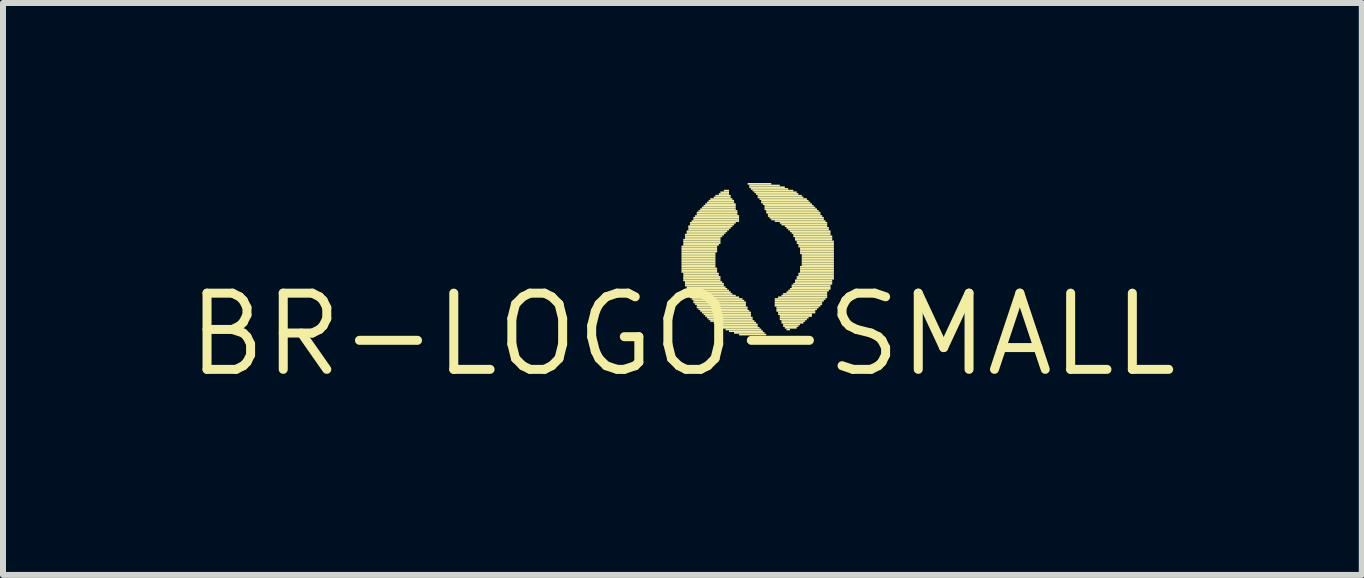
<source format=kicad_pcb>
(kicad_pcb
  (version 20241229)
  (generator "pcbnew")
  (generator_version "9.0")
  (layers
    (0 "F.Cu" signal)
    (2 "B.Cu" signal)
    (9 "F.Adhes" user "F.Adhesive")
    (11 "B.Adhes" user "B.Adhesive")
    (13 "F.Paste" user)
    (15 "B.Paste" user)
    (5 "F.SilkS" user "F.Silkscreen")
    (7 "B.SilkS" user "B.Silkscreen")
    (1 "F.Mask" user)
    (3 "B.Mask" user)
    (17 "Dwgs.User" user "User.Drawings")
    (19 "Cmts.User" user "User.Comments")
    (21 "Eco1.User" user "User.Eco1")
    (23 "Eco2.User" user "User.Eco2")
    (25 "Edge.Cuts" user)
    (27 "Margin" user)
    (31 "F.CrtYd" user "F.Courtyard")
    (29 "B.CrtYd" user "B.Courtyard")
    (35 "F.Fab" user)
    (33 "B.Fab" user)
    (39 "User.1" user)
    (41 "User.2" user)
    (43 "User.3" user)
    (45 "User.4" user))
  (footprint "BR-LOGO-SMALL"
    (layer "F.Cu")
    (at 8.323 2.526)
    (property "Reference" "BR-LOGO-SMALL" (at 0 0 0) (layer "F.SilkS") (effects (font (size 1.27 1.27) (thickness 0.15))))
    (attr through_hole)
    (fp_poly (pts (xy -0.015 -1.453) (xy 0.579 -1.453) (xy 0.579 -1.482) (xy -0.015 -1.482)) (stroke (width 0) (type solid)) (fill yes) (layer "F.SilkS"))
    (fp_poly (pts (xy -0.015 -1.425) (xy 0.579 -1.425) (xy 0.579 -1.453) (xy -0.015 -1.453)) (stroke (width 0) (type solid)) (fill yes) (layer "F.SilkS"))
    (fp_poly (pts (xy -0.015 -1.397) (xy 0.579 -1.397) (xy 0.579 -1.425) (xy -0.015 -1.425)) (stroke (width 0) (type solid)) (fill yes) (layer "F.SilkS"))
    (fp_poly (pts (xy -0.015 -1.369) (xy 0.579 -1.369) (xy 0.579 -1.397) (xy -0.015 -1.397)) (stroke (width 0) (type solid)) (fill yes) (layer "F.SilkS"))
    (fp_poly (pts (xy -0.015 -1.341) (xy 0.551 -1.341) (xy 0.551 -1.369) (xy -0.015 -1.369)) (stroke (width 0) (type solid)) (fill yes) (layer "F.SilkS"))
    (fp_poly (pts (xy -0.015 -1.312) (xy 0.551 -1.312) (xy 0.551 -1.341) (xy -0.015 -1.341)) (stroke (width 0) (type solid)) (fill yes) (layer "F.SilkS"))
    (fp_poly (pts (xy -0.015 -1.284) (xy 0.551 -1.284) (xy 0.551 -1.312) (xy -0.015 -1.312)) (stroke (width 0) (type solid)) (fill yes) (layer "F.SilkS"))
    (fp_poly (pts (xy -0.015 -1.256) (xy 0.551 -1.256) (xy 0.551 -1.284) (xy -0.015 -1.284)) (stroke (width 0) (type solid)) (fill yes) (layer "F.SilkS"))
    (fp_poly (pts (xy -0.015 -1.228) (xy 0.551 -1.228) (xy 0.551 -1.256) (xy -0.015 -1.256)) (stroke (width 0) (type solid)) (fill yes) (layer "F.SilkS"))
    (fp_poly (pts (xy -0.015 -1.199) (xy 0.551 -1.199) (xy 0.551 -1.228) (xy -0.015 -1.228)) (stroke (width 0) (type solid)) (fill yes) (layer "F.SilkS"))
    (fp_poly (pts (xy -0.015 -1.171) (xy 0.551 -1.171) (xy 0.551 -1.199) (xy -0.015 -1.199)) (stroke (width 0) (type solid)) (fill yes) (layer "F.SilkS"))
    (fp_poly (pts (xy -0.015 -1.143) (xy 0.551 -1.143) (xy 0.551 -1.171) (xy -0.015 -1.171)) (stroke (width 0) (type solid)) (fill yes) (layer "F.SilkS"))
    (fp_poly (pts (xy -0.015 -1.115) (xy 0.551 -1.115) (xy 0.551 -1.143) (xy -0.015 -1.143)) (stroke (width 0) (type solid)) (fill yes) (layer "F.SilkS"))
    (fp_poly (pts (xy -0.015 -1.087) (xy 0.579 -1.087) (xy 0.579 -1.115) (xy -0.015 -1.115)) (stroke (width 0) (type solid)) (fill yes) (layer "F.SilkS"))
    (fp_poly (pts (xy -0.015 -1.058) (xy 0.579 -1.058) (xy 0.579 -1.087) (xy -0.015 -1.087)) (stroke (width 0) (type solid)) (fill yes) (layer "F.SilkS"))
    (fp_poly (pts (xy -0.015 -1.03) (xy 0.579 -1.03) (xy 0.579 -1.058) (xy -0.015 -1.058)) (stroke (width 0) (type solid)) (fill yes) (layer "F.SilkS"))
    (fp_poly (pts (xy 0.015 -1.566) (xy 0.635 -1.566) (xy 0.635 -1.595) (xy 0.015 -1.595)) (stroke (width 0) (type solid)) (fill yes) (layer "F.SilkS"))
    (fp_poly (pts (xy 0.015 -1.538) (xy 0.635 -1.538) (xy 0.635 -1.566) (xy 0.015 -1.566)) (stroke (width 0) (type solid)) (fill yes) (layer "F.SilkS"))
    (fp_poly (pts (xy 0.015 -1.51) (xy 0.635 -1.51) (xy 0.635 -1.538) (xy 0.015 -1.538)) (stroke (width 0) (type solid)) (fill yes) (layer "F.SilkS"))
    (fp_poly (pts (xy 0.015 -1.482) (xy 0.607 -1.482) (xy 0.607 -1.51) (xy 0.015 -1.51)) (stroke (width 0) (type solid)) (fill yes) (layer "F.SilkS"))
    (fp_poly (pts (xy 0.015 -1.002) (xy 0.607 -1.002) (xy 0.607 -1.03) (xy 0.015 -1.03)) (stroke (width 0) (type solid)) (fill yes) (layer "F.SilkS"))
    (fp_poly (pts (xy 0.015 -0.974) (xy 0.607 -0.974) (xy 0.607 -1.002) (xy 0.015 -1.002)) (stroke (width 0) (type solid)) (fill yes) (layer "F.SilkS"))
    (fp_poly (pts (xy 0.015 -0.945) (xy 0.635 -0.945) (xy 0.635 -0.974) (xy 0.015 -0.974)) (stroke (width 0) (type solid)) (fill yes) (layer "F.SilkS"))
    (fp_poly (pts (xy 0.015 -0.917) (xy 0.635 -0.917) (xy 0.635 -0.945) (xy 0.015 -0.945)) (stroke (width 0) (type solid)) (fill yes) (layer "F.SilkS"))
    (fp_poly (pts (xy 0.015 -0.889) (xy 0.635 -0.889) (xy 0.635 -0.917) (xy 0.015 -0.917)) (stroke (width 0) (type solid)) (fill yes) (layer "F.SilkS"))
    (fp_poly (pts (xy 0.043 -1.651) (xy 0.691 -1.651) (xy 0.691 -1.679) (xy 0.043 -1.679)) (stroke (width 0) (type solid)) (fill yes) (layer "F.SilkS"))
    (fp_poly (pts (xy 0.043 -1.623) (xy 0.663 -1.623) (xy 0.663 -1.651) (xy 0.043 -1.651)) (stroke (width 0) (type solid)) (fill yes) (layer "F.SilkS"))
    (fp_poly (pts (xy 0.043 -1.595) (xy 0.635 -1.595) (xy 0.635 -1.623) (xy 0.043 -1.623)) (stroke (width 0) (type solid)) (fill yes) (layer "F.SilkS"))
    (fp_poly (pts (xy 0.043 -0.861) (xy 0.663 -0.861) (xy 0.663 -0.889) (xy 0.043 -0.889)) (stroke (width 0) (type solid)) (fill yes) (layer "F.SilkS"))
    (fp_poly (pts (xy 0.043 -0.833) (xy 0.691 -0.833) (xy 0.691 -0.861) (xy 0.043 -0.861)) (stroke (width 0) (type solid)) (fill yes) (layer "F.SilkS"))
    (fp_poly (pts (xy 0.043 -0.804) (xy 0.691 -0.804) (xy 0.691 -0.833) (xy 0.043 -0.833)) (stroke (width 0) (type solid)) (fill yes) (layer "F.SilkS"))
    (fp_poly (pts (xy 0.071 -1.707) (xy 0.747 -1.707) (xy 0.747 -1.736) (xy 0.071 -1.736)) (stroke (width 0) (type solid)) (fill yes) (layer "F.SilkS"))
    (fp_poly (pts (xy 0.071 -1.679) (xy 0.719 -1.679) (xy 0.719 -1.707) (xy 0.071 -1.707)) (stroke (width 0) (type solid)) (fill yes) (layer "F.SilkS"))
    (fp_poly (pts (xy 0.071 -0.776) (xy 0.719 -0.776) (xy 0.719 -0.804) (xy 0.071 -0.804)) (stroke (width 0) (type solid)) (fill yes) (layer "F.SilkS"))
    (fp_poly (pts (xy 0.071 -0.748) (xy 0.747 -0.748) (xy 0.747 -0.776) (xy 0.071 -0.776)) (stroke (width 0) (type solid)) (fill yes) (layer "F.SilkS"))
    (fp_poly (pts (xy 0.099 -1.792) (xy 0.833 -1.792) (xy 0.833 -1.82) (xy 0.099 -1.82)) (stroke (width 0) (type solid)) (fill yes) (layer "F.SilkS"))
    (fp_poly (pts (xy 0.099 -1.764) (xy 0.805 -1.764) (xy 0.805 -1.792) (xy 0.099 -1.792)) (stroke (width 0) (type solid)) (fill yes) (layer "F.SilkS"))
    (fp_poly (pts (xy 0.099 -1.736) (xy 0.777 -1.736) (xy 0.777 -1.764) (xy 0.099 -1.764)) (stroke (width 0) (type solid)) (fill yes) (layer "F.SilkS"))
    (fp_poly (pts (xy 0.099 -0.72) (xy 0.777 -0.72) (xy 0.777 -0.748) (xy 0.099 -0.748)) (stroke (width 0) (type solid)) (fill yes) (layer "F.SilkS"))
    (fp_poly (pts (xy 0.099 -0.691) (xy 0.805 -0.691) (xy 0.805 -0.72) (xy 0.099 -0.72)) (stroke (width 0) (type solid)) (fill yes) (layer "F.SilkS"))
    (fp_poly (pts (xy 0.099 -0.663) (xy 0.833 -0.663) (xy 0.833 -0.691) (xy 0.099 -0.691)) (stroke (width 0) (type solid)) (fill yes) (layer "F.SilkS"))
    (fp_poly (pts (xy 0.127 -1.849) (xy 0.889 -1.849) (xy 0.889 -1.877) (xy 0.127 -1.877)) (stroke (width 0) (type solid)) (fill yes) (layer "F.SilkS"))
    (fp_poly (pts (xy 0.127 -1.82) (xy 0.861 -1.82) (xy 0.861 -1.849) (xy 0.127 -1.849)) (stroke (width 0) (type solid)) (fill yes) (layer "F.SilkS"))
    (fp_poly (pts (xy 0.127 -0.635) (xy 0.889 -0.635) (xy 0.889 -0.663) (xy 0.127 -0.663)) (stroke (width 0) (type solid)) (fill yes) (layer "F.SilkS"))
    (fp_poly (pts (xy 0.127 -0.607) (xy 0.945 -0.607) (xy 0.945 -0.635) (xy 0.127 -0.635)) (stroke (width 0) (type solid)) (fill yes) (layer "F.SilkS"))
    (fp_poly (pts (xy 0.155 -1.877) (xy 0.945 -1.877) (xy 0.945 -1.905) (xy 0.155 -1.905)) (stroke (width 0) (type solid)) (fill yes) (layer "F.SilkS"))
    (fp_poly (pts (xy 0.155 -0.579) (xy 1.001 -0.579) (xy 1.001 -0.607) (xy 0.155 -0.607)) (stroke (width 0) (type solid)) (fill yes) (layer "F.SilkS"))
    (fp_poly (pts (xy 0.183 -1.933) (xy 0.945 -1.933) (xy 0.945 -1.961) (xy 0.183 -1.961)) (stroke (width 0) (type solid)) (fill yes) (layer "F.SilkS"))
    (fp_poly (pts (xy 0.183 -1.905) (xy 0.945 -1.905) (xy 0.945 -1.933) (xy 0.183 -1.933)) (stroke (width 0) (type solid)) (fill yes) (layer "F.SilkS"))
    (fp_poly (pts (xy 0.183 -0.55) (xy 1.031 -0.55) (xy 1.031 -0.579) (xy 0.183 -0.579)) (stroke (width 0) (type solid)) (fill yes) (layer "F.SilkS"))
    (fp_poly (pts (xy 0.183 -0.522) (xy 1.059 -0.522) (xy 1.059 -0.55) (xy 0.183 -0.55)) (stroke (width 0) (type solid)) (fill yes) (layer "F.SilkS"))
    (fp_poly (pts (xy 0.211 -1.961) (xy 0.945 -1.961) (xy 0.945 -1.99) (xy 0.211 -1.99)) (stroke (width 0) (type solid)) (fill yes) (layer "F.SilkS"))
    (fp_poly (pts (xy 0.211 -0.494) (xy 1.059 -0.494) (xy 1.059 -0.522) (xy 0.211 -0.522)) (stroke (width 0) (type solid)) (fill yes) (layer "F.SilkS"))
    (fp_poly (pts (xy 0.239 -2.018) (xy 0.917 -2.018) (xy 0.917 -2.046) (xy 0.239 -2.046)) (stroke (width 0) (type solid)) (fill yes) (layer "F.SilkS"))
    (fp_poly (pts (xy 0.239 -1.99) (xy 0.917 -1.99) (xy 0.917 -2.018) (xy 0.239 -2.018)) (stroke (width 0) (type solid)) (fill yes) (layer "F.SilkS"))
    (fp_poly (pts (xy 0.239 -0.466) (xy 1.059 -0.466) (xy 1.059 -0.494) (xy 0.239 -0.494)) (stroke (width 0) (type solid)) (fill yes) (layer "F.SilkS"))
    (fp_poly (pts (xy 0.239 -0.437) (xy 1.087 -0.437) (xy 1.087 -0.466) (xy 0.239 -0.466)) (stroke (width 0) (type solid)) (fill yes) (layer "F.SilkS"))
    (fp_poly (pts (xy 0.269 -2.046) (xy 0.917 -2.046) (xy 0.917 -2.074) (xy 0.269 -2.074)) (stroke (width 0) (type solid)) (fill yes) (layer "F.SilkS"))
    (fp_poly (pts (xy 0.269 -0.409) (xy 1.087 -0.409) (xy 1.087 -0.437) (xy 0.269 -0.437)) (stroke (width 0) (type solid)) (fill yes) (layer "F.SilkS"))
    (fp_poly (pts (xy 0.297 -2.074) (xy 0.889 -2.074) (xy 0.889 -2.103) (xy 0.297 -2.103)) (stroke (width 0) (type solid)) (fill yes) (layer "F.SilkS"))
    (fp_poly (pts (xy 0.297 -0.381) (xy 1.115 -0.381) (xy 1.115 -0.409) (xy 0.297 -0.409)) (stroke (width 0) (type solid)) (fill yes) (layer "F.SilkS"))
    (fp_poly (pts (xy 0.325 -2.103) (xy 0.889 -2.103) (xy 0.889 -2.131) (xy 0.325 -2.131)) (stroke (width 0) (type solid)) (fill yes) (layer "F.SilkS"))
    (fp_poly (pts (xy 0.325 -0.353) (xy 1.143 -0.353) (xy 1.143 -0.381) (xy 0.325 -0.381)) (stroke (width 0) (type solid)) (fill yes) (layer "F.SilkS"))
    (fp_poly (pts (xy 0.353 -2.131) (xy 0.889 -2.131) (xy 0.889 -2.159) (xy 0.353 -2.159)) (stroke (width 0) (type solid)) (fill yes) (layer "F.SilkS"))
    (fp_poly (pts (xy 0.353 -0.325) (xy 1.143 -0.325) (xy 1.143 -0.353) (xy 0.353 -0.353)) (stroke (width 0) (type solid)) (fill yes) (layer "F.SilkS"))
    (fp_poly (pts (xy 0.381 -2.159) (xy 0.889 -2.159) (xy 0.889 -2.187) (xy 0.381 -2.187)) (stroke (width 0) (type solid)) (fill yes) (layer "F.SilkS"))
    (fp_poly (pts (xy 0.381 -0.296) (xy 1.143 -0.296) (xy 1.143 -0.325) (xy 0.381 -0.325)) (stroke (width 0) (type solid)) (fill yes) (layer "F.SilkS"))
    (fp_poly (pts (xy 0.409 -2.187) (xy 0.861 -2.187) (xy 0.861 -2.215) (xy 0.409 -2.215)) (stroke (width 0) (type solid)) (fill yes) (layer "F.SilkS"))
    (fp_poly (pts (xy 0.409 -0.268) (xy 1.171 -0.268) (xy 1.171 -0.296) (xy 0.409 -0.296)) (stroke (width 0) (type solid)) (fill yes) (layer "F.SilkS"))
    (fp_poly (pts (xy 0.437 -2.215) (xy 0.861 -2.215) (xy 0.861 -2.244) (xy 0.437 -2.244)) (stroke (width 0) (type solid)) (fill yes) (layer "F.SilkS"))
    (fp_poly (pts (xy 0.437 -0.24) (xy 1.171 -0.24) (xy 1.171 -0.268) (xy 0.437 -0.268)) (stroke (width 0) (type solid)) (fill yes) (layer "F.SilkS"))
    (fp_poly (pts (xy 0.465 -2.244) (xy 0.833 -2.244) (xy 0.833 -2.272) (xy 0.465 -2.272)) (stroke (width 0) (type solid)) (fill yes) (layer "F.SilkS"))
    (fp_poly (pts (xy 0.465 -0.212) (xy 1.199 -0.212) (xy 1.199 -0.24) (xy 0.465 -0.24)) (stroke (width 0) (type solid)) (fill yes) (layer "F.SilkS"))
    (fp_poly (pts (xy 0.523 -2.272) (xy 0.805 -2.272) (xy 0.805 -2.3) (xy 0.523 -2.3)) (stroke (width 0) (type solid)) (fill yes) (layer "F.SilkS"))
    (fp_poly (pts (xy 0.523 -0.183) (xy 1.227 -0.183) (xy 1.227 -0.212) (xy 0.523 -0.212)) (stroke (width 0) (type solid)) (fill yes) (layer "F.SilkS"))
    (fp_poly (pts (xy 0.551 -2.3) (xy 0.805 -2.3) (xy 0.805 -2.328) (xy 0.551 -2.328)) (stroke (width 0) (type solid)) (fill yes) (layer "F.SilkS"))
    (fp_poly (pts (xy 0.551 -0.155) (xy 1.255 -0.155) (xy 1.255 -0.183) (xy 0.551 -0.183)) (stroke (width 0) (type solid)) (fill yes) (layer "F.SilkS"))
    (fp_poly (pts (xy 0.607 -2.328) (xy 0.777 -2.328) (xy 0.777 -2.357) (xy 0.607 -2.357)) (stroke (width 0) (type solid)) (fill yes) (layer "F.SilkS"))
    (fp_poly (pts (xy 0.607 -0.127) (xy 1.255 -0.127) (xy 1.255 -0.155) (xy 0.607 -0.155)) (stroke (width 0) (type solid)) (fill yes) (layer "F.SilkS"))
    (fp_poly (pts (xy 0.635 -2.357) (xy 0.777 -2.357) (xy 0.777 -2.385) (xy 0.635 -2.385)) (stroke (width 0) (type solid)) (fill yes) (layer "F.SilkS"))
    (fp_poly (pts (xy 0.635 -0.099) (xy 1.285 -0.099) (xy 1.285 -0.127) (xy 0.635 -0.127)) (stroke (width 0) (type solid)) (fill yes) (layer "F.SilkS"))
    (fp_poly (pts (xy 0.691 -2.385) (xy 0.777 -2.385) (xy 0.777 -2.413) (xy 0.691 -2.413)) (stroke (width 0) (type solid)) (fill yes) (layer "F.SilkS"))
    (fp_poly (pts (xy 0.719 -0.071) (xy 1.313 -0.071) (xy 1.313 -0.099) (xy 0.719 -0.099)) (stroke (width 0) (type solid)) (fill yes) (layer "F.SilkS"))
    (fp_poly (pts (xy 0.777 -0.042) (xy 1.341 -0.042) (xy 1.341 -0.071) (xy 0.777 -0.071)) (stroke (width 0) (type solid)) (fill yes) (layer "F.SilkS"))
    (fp_poly (pts (xy 0.861 -0.014) (xy 1.369 -0.014) (xy 1.369 -0.042) (xy 0.861 -0.042)) (stroke (width 0) (type solid)) (fill yes) (layer "F.SilkS"))
    (fp_poly (pts (xy 0.945 0.014) (xy 1.397 0.014) (xy 1.397 -0.014) (xy 0.945 -0.014)) (stroke (width 0) (type solid)) (fill yes) (layer "F.SilkS"))
    (fp_poly (pts (xy 1.087 -2.498) (xy 1.481 -2.498) (xy 1.481 -2.526) (xy 1.087 -2.526)) (stroke (width 0) (type solid)) (fill yes) (layer "F.SilkS"))
    (fp_poly (pts (xy 1.115 -2.469) (xy 1.623 -2.469) (xy 1.623 -2.498) (xy 1.115 -2.498)) (stroke (width 0) (type solid)) (fill yes) (layer "F.SilkS"))
    (fp_poly (pts (xy 1.115 -2.441) (xy 1.707 -2.441) (xy 1.707 -2.469) (xy 1.115 -2.469)) (stroke (width 0) (type solid)) (fill yes) (layer "F.SilkS"))
    (fp_poly (pts (xy 1.143 -2.413) (xy 1.763 -2.413) (xy 1.763 -2.441) (xy 1.143 -2.441)) (stroke (width 0) (type solid)) (fill yes) (layer "F.SilkS"))
    (fp_poly (pts (xy 1.171 -2.385) (xy 1.849 -2.385) (xy 1.849 -2.413) (xy 1.171 -2.413)) (stroke (width 0) (type solid)) (fill yes) (layer "F.SilkS"))
    (fp_poly (pts (xy 1.199 -2.357) (xy 1.905 -2.357) (xy 1.905 -2.385) (xy 1.199 -2.385)) (stroke (width 0) (type solid)) (fill yes) (layer "F.SilkS"))
    (fp_poly (pts (xy 1.227 -2.328) (xy 1.933 -2.328) (xy 1.933 -2.357) (xy 1.227 -2.357)) (stroke (width 0) (type solid)) (fill yes) (layer "F.SilkS"))
    (fp_poly (pts (xy 1.255 -2.3) (xy 1.989 -2.3) (xy 1.989 -2.328) (xy 1.255 -2.328)) (stroke (width 0) (type solid)) (fill yes) (layer "F.SilkS"))
    (fp_poly (pts (xy 1.255 -2.272) (xy 2.017 -2.272) (xy 2.017 -2.3) (xy 1.255 -2.3)) (stroke (width 0) (type solid)) (fill yes) (layer "F.SilkS"))
    (fp_poly (pts (xy 1.285 -2.244) (xy 2.075 -2.244) (xy 2.075 -2.272) (xy 1.285 -2.272)) (stroke (width 0) (type solid)) (fill yes) (layer "F.SilkS"))
    (fp_poly (pts (xy 1.313 -2.215) (xy 2.103 -2.215) (xy 2.103 -2.244) (xy 1.313 -2.244)) (stroke (width 0) (type solid)) (fill yes) (layer "F.SilkS"))
    (fp_poly (pts (xy 1.313 -2.187) (xy 2.131 -2.187) (xy 2.131 -2.215) (xy 1.313 -2.215)) (stroke (width 0) (type solid)) (fill yes) (layer "F.SilkS"))
    (fp_poly (pts (xy 1.341 -2.159) (xy 2.159 -2.159) (xy 2.159 -2.187) (xy 1.341 -2.187)) (stroke (width 0) (type solid)) (fill yes) (layer "F.SilkS"))
    (fp_poly (pts (xy 1.369 -2.131) (xy 2.187 -2.131) (xy 2.187 -2.159) (xy 1.369 -2.159)) (stroke (width 0) (type solid)) (fill yes) (layer "F.SilkS"))
    (fp_poly (pts (xy 1.369 -2.103) (xy 2.215 -2.103) (xy 2.215 -2.131) (xy 1.369 -2.131)) (stroke (width 0) (type solid)) (fill yes) (layer "F.SilkS"))
    (fp_poly (pts (xy 1.369 -2.074) (xy 2.243 -2.074) (xy 2.243 -2.103) (xy 1.369 -2.103)) (stroke (width 0) (type solid)) (fill yes) (layer "F.SilkS"))
    (fp_poly (pts (xy 1.397 -2.046) (xy 2.271 -2.046) (xy 2.271 -2.074) (xy 1.397 -2.074)) (stroke (width 0) (type solid)) (fill yes) (layer "F.SilkS"))
    (fp_poly (pts (xy 1.397 -2.018) (xy 2.301 -2.018) (xy 2.301 -2.046) (xy 1.397 -2.046)) (stroke (width 0) (type solid)) (fill yes) (layer "F.SilkS"))
    (fp_poly (pts (xy 1.425 -1.99) (xy 2.301 -1.99) (xy 2.301 -2.018) (xy 1.425 -2.018)) (stroke (width 0) (type solid)) (fill yes) (layer "F.SilkS"))
    (fp_poly (pts (xy 1.425 -1.961) (xy 2.329 -1.961) (xy 2.329 -1.99) (xy 1.425 -1.99)) (stroke (width 0) (type solid)) (fill yes) (layer "F.SilkS"))
    (fp_poly (pts (xy 1.453 -1.933) (xy 2.357 -1.933) (xy 2.357 -1.961) (xy 1.453 -1.961)) (stroke (width 0) (type solid)) (fill yes) (layer "F.SilkS"))
    (fp_poly (pts (xy 1.481 -1.905) (xy 2.357 -1.905) (xy 2.357 -1.933) (xy 1.481 -1.933)) (stroke (width 0) (type solid)) (fill yes) (layer "F.SilkS"))
    (fp_poly (pts (xy 1.539 -1.877) (xy 2.385 -1.877) (xy 2.385 -1.905) (xy 1.539 -1.905)) (stroke (width 0) (type solid)) (fill yes) (layer "F.SilkS"))
    (fp_poly (pts (xy 1.539 -0.579) (xy 2.385 -0.579) (xy 2.385 -0.607) (xy 1.539 -0.607)) (stroke (width 0) (type solid)) (fill yes) (layer "F.SilkS"))
    (fp_poly (pts (xy 1.539 -0.55) (xy 2.357 -0.55) (xy 2.357 -0.579) (xy 1.539 -0.579)) (stroke (width 0) (type solid)) (fill yes) (layer "F.SilkS"))
    (fp_poly (pts (xy 1.539 -0.522) (xy 2.329 -0.522) (xy 2.329 -0.55) (xy 1.539 -0.55)) (stroke (width 0) (type solid)) (fill yes) (layer "F.SilkS"))
    (fp_poly (pts (xy 1.539 -0.494) (xy 2.329 -0.494) (xy 2.329 -0.522) (xy 1.539 -0.522)) (stroke (width 0) (type solid)) (fill yes) (layer "F.SilkS"))
    (fp_poly (pts (xy 1.539 -0.466) (xy 2.301 -0.466) (xy 2.301 -0.494) (xy 1.539 -0.494)) (stroke (width 0) (type solid)) (fill yes) (layer "F.SilkS"))
    (fp_poly (pts (xy 1.567 -0.437) (xy 2.271 -0.437) (xy 2.271 -0.466) (xy 1.567 -0.466)) (stroke (width 0) (type solid)) (fill yes) (layer "F.SilkS"))
    (fp_poly (pts (xy 1.567 -0.409) (xy 2.243 -0.409) (xy 2.243 -0.437) (xy 1.567 -0.437)) (stroke (width 0) (type solid)) (fill yes) (layer "F.SilkS"))
    (fp_poly (pts (xy 1.567 -0.381) (xy 2.215 -0.381) (xy 2.215 -0.409) (xy 1.567 -0.409)) (stroke (width 0) (type solid)) (fill yes) (layer "F.SilkS"))
    (fp_poly (pts (xy 1.595 -0.607) (xy 2.413 -0.607) (xy 2.413 -0.635) (xy 1.595 -0.635)) (stroke (width 0) (type solid)) (fill yes) (layer "F.SilkS"))
    (fp_poly (pts (xy 1.595 -0.353) (xy 2.215 -0.353) (xy 2.215 -0.381) (xy 1.595 -0.381)) (stroke (width 0) (type solid)) (fill yes) (layer "F.SilkS"))
    (fp_poly (pts (xy 1.595 -0.325) (xy 2.159 -0.325) (xy 2.159 -0.353) (xy 1.595 -0.353)) (stroke (width 0) (type solid)) (fill yes) (layer "F.SilkS"))
    (fp_poly (pts (xy 1.623 -1.849) (xy 2.413 -1.849) (xy 2.413 -1.877) (xy 1.623 -1.877)) (stroke (width 0) (type solid)) (fill yes) (layer "F.SilkS"))
    (fp_poly (pts (xy 1.623 -0.296) (xy 2.159 -0.296) (xy 2.159 -0.325) (xy 1.623 -0.325)) (stroke (width 0) (type solid)) (fill yes) (layer "F.SilkS"))
    (fp_poly (pts (xy 1.623 -0.268) (xy 2.103 -0.268) (xy 2.103 -0.296) (xy 1.623 -0.296)) (stroke (width 0) (type solid)) (fill yes) (layer "F.SilkS"))
    (fp_poly (pts (xy 1.623 -0.24) (xy 2.075 -0.24) (xy 2.075 -0.268) (xy 1.623 -0.268)) (stroke (width 0) (type solid)) (fill yes) (layer "F.SilkS"))
    (fp_poly (pts (xy 1.651 -1.82) (xy 2.413 -1.82) (xy 2.413 -1.849) (xy 1.651 -1.849)) (stroke (width 0) (type solid)) (fill yes) (layer "F.SilkS"))
    (fp_poly (pts (xy 1.651 -0.635) (xy 2.413 -0.635) (xy 2.413 -0.663) (xy 1.651 -0.663)) (stroke (width 0) (type solid)) (fill yes) (layer "F.SilkS"))
    (fp_poly (pts (xy 1.651 -0.212) (xy 2.047 -0.212) (xy 2.047 -0.24) (xy 1.651 -0.24)) (stroke (width 0) (type solid)) (fill yes) (layer "F.SilkS"))
    (fp_poly (pts (xy 1.651 -0.183) (xy 2.017 -0.183) (xy 2.017 -0.212) (xy 1.651 -0.212)) (stroke (width 0) (type solid)) (fill yes) (layer "F.SilkS"))
    (fp_poly (pts (xy 1.679 -0.663) (xy 2.413 -0.663) (xy 2.413 -0.691) (xy 1.679 -0.691)) (stroke (width 0) (type solid)) (fill yes) (layer "F.SilkS"))
    (fp_poly (pts (xy 1.679 -0.155) (xy 1.961 -0.155) (xy 1.961 -0.183) (xy 1.679 -0.183)) (stroke (width 0) (type solid)) (fill yes) (layer "F.SilkS"))
    (fp_poly (pts (xy 1.679 -0.127) (xy 1.933 -0.127) (xy 1.933 -0.155) (xy 1.679 -0.155)) (stroke (width 0) (type solid)) (fill yes) (layer "F.SilkS"))
    (fp_poly (pts (xy 1.707 -1.792) (xy 2.413 -1.792) (xy 2.413 -1.82) (xy 1.707 -1.82)) (stroke (width 0) (type solid)) (fill yes) (layer "F.SilkS"))
    (fp_poly (pts (xy 1.707 -0.099) (xy 1.905 -0.099) (xy 1.905 -0.127) (xy 1.707 -0.127)) (stroke (width 0) (type solid)) (fill yes) (layer "F.SilkS"))
    (fp_poly (pts (xy 1.735 -1.764) (xy 2.441 -1.764) (xy 2.441 -1.792) (xy 1.735 -1.792)) (stroke (width 0) (type solid)) (fill yes) (layer "F.SilkS"))
    (fp_poly (pts (xy 1.735 -0.691) (xy 2.413 -0.691) (xy 2.413 -0.72) (xy 1.735 -0.72)) (stroke (width 0) (type solid)) (fill yes) (layer "F.SilkS"))
    (fp_poly (pts (xy 1.735 -0.071) (xy 1.793 -0.071) (xy 1.793 -0.099) (xy 1.735 -0.099)) (stroke (width 0) (type solid)) (fill yes) (layer "F.SilkS"))
    (fp_poly (pts (xy 1.763 -1.736) (xy 2.441 -1.736) (xy 2.441 -1.764) (xy 1.763 -1.764)) (stroke (width 0) (type solid)) (fill yes) (layer "F.SilkS"))
    (fp_poly (pts (xy 1.763 -0.72) (xy 2.441 -0.72) (xy 2.441 -0.748) (xy 1.763 -0.748)) (stroke (width 0) (type solid)) (fill yes) (layer "F.SilkS"))
    (fp_poly (pts (xy 1.793 -1.707) (xy 2.469 -1.707) (xy 2.469 -1.736) (xy 1.793 -1.736)) (stroke (width 0) (type solid)) (fill yes) (layer "F.SilkS"))
    (fp_poly (pts (xy 1.793 -0.748) (xy 2.469 -0.748) (xy 2.469 -0.776) (xy 1.793 -0.776)) (stroke (width 0) (type solid)) (fill yes) (layer "F.SilkS"))
    (fp_poly (pts (xy 1.821 -1.679) (xy 2.469 -1.679) (xy 2.469 -1.707) (xy 1.821 -1.707)) (stroke (width 0) (type solid)) (fill yes) (layer "F.SilkS"))
    (fp_poly (pts (xy 1.821 -0.804) (xy 2.469 -0.804) (xy 2.469 -0.833) (xy 1.821 -0.833)) (stroke (width 0) (type solid)) (fill yes) (layer "F.SilkS"))
    (fp_poly (pts (xy 1.821 -0.776) (xy 2.469 -0.776) (xy 2.469 -0.804) (xy 1.821 -0.804)) (stroke (width 0) (type solid)) (fill yes) (layer "F.SilkS"))
    (fp_poly (pts (xy 1.849 -1.651) (xy 2.469 -1.651) (xy 2.469 -1.679) (xy 1.849 -1.679)) (stroke (width 0) (type solid)) (fill yes) (layer "F.SilkS"))
    (fp_poly (pts (xy 1.849 -1.623) (xy 2.497 -1.623) (xy 2.497 -1.651) (xy 1.849 -1.651)) (stroke (width 0) (type solid)) (fill yes) (layer "F.SilkS"))
    (fp_poly (pts (xy 1.849 -0.833) (xy 2.497 -0.833) (xy 2.497 -0.861) (xy 1.849 -0.861)) (stroke (width 0) (type solid)) (fill yes) (layer "F.SilkS"))
    (fp_poly (pts (xy 1.877 -1.595) (xy 2.497 -1.595) (xy 2.497 -1.623) (xy 1.877 -1.623)) (stroke (width 0) (type solid)) (fill yes) (layer "F.SilkS"))
    (fp_poly (pts (xy 1.877 -1.566) (xy 2.497 -1.566) (xy 2.497 -1.595) (xy 1.877 -1.595)) (stroke (width 0) (type solid)) (fill yes) (layer "F.SilkS"))
    (fp_poly (pts (xy 1.877 -0.889) (xy 2.497 -0.889) (xy 2.497 -0.917) (xy 1.877 -0.917)) (stroke (width 0) (type solid)) (fill yes) (layer "F.SilkS"))
    (fp_poly (pts (xy 1.877 -0.861) (xy 2.497 -0.861) (xy 2.497 -0.889) (xy 1.877 -0.889)) (stroke (width 0) (type solid)) (fill yes) (layer "F.SilkS"))
    (fp_poly (pts (xy 1.905 -1.538) (xy 2.525 -1.538) (xy 2.525 -1.566) (xy 1.905 -1.566)) (stroke (width 0) (type solid)) (fill yes) (layer "F.SilkS"))
    (fp_poly (pts (xy 1.905 -1.51) (xy 2.525 -1.51) (xy 2.525 -1.538) (xy 1.905 -1.538)) (stroke (width 0) (type solid)) (fill yes) (layer "F.SilkS"))
    (fp_poly (pts (xy 1.905 -0.945) (xy 2.525 -0.945) (xy 2.525 -0.974) (xy 1.905 -0.974)) (stroke (width 0) (type solid)) (fill yes) (layer "F.SilkS"))
    (fp_poly (pts (xy 1.905 -0.917) (xy 2.525 -0.917) (xy 2.525 -0.945) (xy 1.905 -0.945)) (stroke (width 0) (type solid)) (fill yes) (layer "F.SilkS"))
    (fp_poly (pts (xy 1.933 -1.482) (xy 2.525 -1.482) (xy 2.525 -1.51) (xy 1.933 -1.51)) (stroke (width 0) (type solid)) (fill yes) (layer "F.SilkS"))
    (fp_poly (pts (xy 1.933 -1.453) (xy 2.525 -1.453) (xy 2.525 -1.482) (xy 1.933 -1.482)) (stroke (width 0) (type solid)) (fill yes) (layer "F.SilkS"))
    (fp_poly (pts (xy 1.933 -1.002) (xy 2.525 -1.002) (xy 2.525 -1.03) (xy 1.933 -1.03)) (stroke (width 0) (type solid)) (fill yes) (layer "F.SilkS"))
    (fp_poly (pts (xy 1.933 -0.974) (xy 2.525 -0.974) (xy 2.525 -1.002) (xy 1.933 -1.002)) (stroke (width 0) (type solid)) (fill yes) (layer "F.SilkS"))
    (fp_poly (pts (xy 1.961 -1.425) (xy 2.525 -1.425) (xy 2.525 -1.453) (xy 1.961 -1.453)) (stroke (width 0) (type solid)) (fill yes) (layer "F.SilkS"))
    (fp_poly (pts (xy 1.961 -1.397) (xy 2.525 -1.397) (xy 2.525 -1.425) (xy 1.961 -1.425)) (stroke (width 0) (type solid)) (fill yes) (layer "F.SilkS"))
    (fp_poly (pts (xy 1.961 -1.369) (xy 2.525 -1.369) (xy 2.525 -1.397) (xy 1.961 -1.397)) (stroke (width 0) (type solid)) (fill yes) (layer "F.SilkS"))
    (fp_poly (pts (xy 1.961 -1.341) (xy 2.525 -1.341) (xy 2.525 -1.369) (xy 1.961 -1.369)) (stroke (width 0) (type solid)) (fill yes) (layer "F.SilkS"))
    (fp_poly (pts (xy 1.961 -1.115) (xy 2.525 -1.115) (xy 2.525 -1.143) (xy 1.961 -1.143)) (stroke (width 0) (type solid)) (fill yes) (layer "F.SilkS"))
    (fp_poly (pts (xy 1.961 -1.087) (xy 2.525 -1.087) (xy 2.525 -1.115) (xy 1.961 -1.115)) (stroke (width 0) (type solid)) (fill yes) (layer "F.SilkS"))
    (fp_poly (pts (xy 1.961 -1.058) (xy 2.525 -1.058) (xy 2.525 -1.087) (xy 1.961 -1.087)) (stroke (width 0) (type solid)) (fill yes) (layer "F.SilkS"))
    (fp_poly (pts (xy 1.961 -1.03) (xy 2.525 -1.03) (xy 2.525 -1.058) (xy 1.961 -1.058)) (stroke (width 0) (type solid)) (fill yes) (layer "F.SilkS"))
    (fp_poly (pts (xy 1.989 -1.312) (xy 2.525 -1.312) (xy 2.525 -1.341) (xy 1.989 -1.341)) (stroke (width 0) (type solid)) (fill yes) (layer "F.SilkS"))
    (fp_poly (pts (xy 1.989 -1.284) (xy 2.525 -1.284) (xy 2.525 -1.312) (xy 1.989 -1.312)) (stroke (width 0) (type solid)) (fill yes) (layer "F.SilkS"))
    (fp_poly (pts (xy 1.989 -1.256) (xy 2.525 -1.256) (xy 2.525 -1.284) (xy 1.989 -1.284)) (stroke (width 0) (type solid)) (fill yes) (layer "F.SilkS"))
    (fp_poly (pts (xy 1.989 -1.228) (xy 2.525 -1.228) (xy 2.525 -1.256) (xy 1.989 -1.256)) (stroke (width 0) (type solid)) (fill yes) (layer "F.SilkS"))
    (fp_poly (pts (xy 1.989 -1.199) (xy 2.525 -1.199) (xy 2.525 -1.228) (xy 1.989 -1.228)) (stroke (width 0) (type solid)) (fill yes) (layer "F.SilkS"))
    (fp_poly (pts (xy 1.989 -1.171) (xy 2.525 -1.171) (xy 2.525 -1.199) (xy 1.989 -1.199)) (stroke (width 0) (type solid)) (fill yes) (layer "F.SilkS"))
    (fp_poly (pts (xy 1.989 -1.143) (xy 2.525 -1.143) (xy 2.525 -1.171) (xy 1.989 -1.171)) (stroke (width 0) (type solid)) (fill yes) (layer "F.SilkS")))
  (gr_rect
    (start -3 -3)
    (end 19.646 6.532)
    (stroke (width 0.1) (type default))
    (fill no)
    (layer "Edge.Cuts")))
</source>
